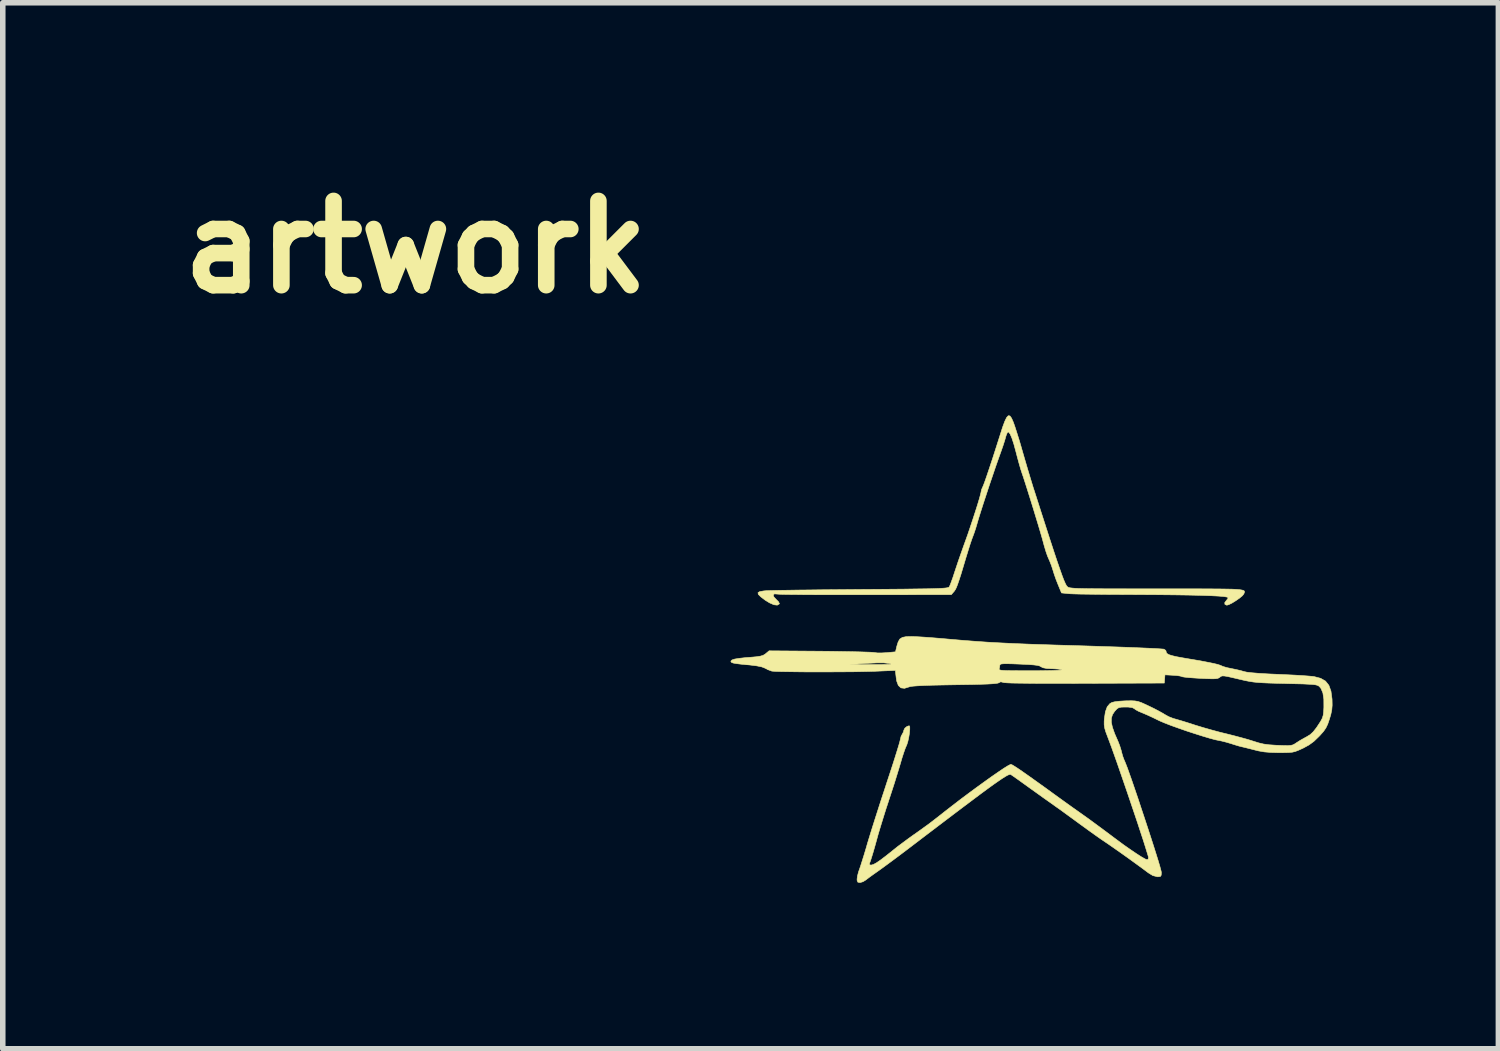
<source format=kicad_pcb>
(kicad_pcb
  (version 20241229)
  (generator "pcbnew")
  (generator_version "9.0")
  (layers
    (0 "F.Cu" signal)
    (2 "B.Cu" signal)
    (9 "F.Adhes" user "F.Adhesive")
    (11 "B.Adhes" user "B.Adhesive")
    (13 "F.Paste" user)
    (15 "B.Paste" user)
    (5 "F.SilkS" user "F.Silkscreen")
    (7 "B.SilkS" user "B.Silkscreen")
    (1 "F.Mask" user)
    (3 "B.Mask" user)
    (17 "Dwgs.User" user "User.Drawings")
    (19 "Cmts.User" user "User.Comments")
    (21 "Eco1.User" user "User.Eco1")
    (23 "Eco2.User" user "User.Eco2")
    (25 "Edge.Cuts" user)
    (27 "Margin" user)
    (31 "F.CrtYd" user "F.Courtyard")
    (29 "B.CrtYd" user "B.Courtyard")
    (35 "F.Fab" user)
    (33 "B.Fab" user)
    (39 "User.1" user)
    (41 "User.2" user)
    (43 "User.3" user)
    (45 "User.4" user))
  (footprint "artwork"
    (layer "F.Cu")
    (at 4.47 1.418)
    (property "Reference" "artwork" (at 0 0 0) (layer "F.SilkS") (effects (font (size 1.524 1.524) (thickness 0.3))))
    (attr smd)
    (fp_poly (pts (xy 10.744 3.054) (xy 10.773 3.093) (xy 10.805 3.165) (xy 10.833 3.244) (xy 10.87 3.359) (xy 10.911 3.489) (xy 10.946 3.608) (xy 10.952 3.63) (xy 11.009 3.827) (xy 11.065 4.018) (xy 11.118 4.194) (xy 11.164 4.345) (xy 11.19 4.424) (xy 11.223 4.527) (xy 11.261 4.645) (xy 11.295 4.752) (xy 11.387 5.038) (xy 11.467 5.286) (xy 11.536 5.497) (xy 11.595 5.674) (xy 11.645 5.819) (xy 11.686 5.935) (xy 11.719 6.022) (xy 11.746 6.084) (xy 11.766 6.122) (xy 11.777 6.136) (xy 11.786 6.144) (xy 11.797 6.152) (xy 11.813 6.158) (xy 11.836 6.163) (xy 11.869 6.167) (xy 11.916 6.171) (xy 11.979 6.174) (xy 12.061 6.176) (xy 12.166 6.178) (xy 12.295 6.179) (xy 12.452 6.18) (xy 12.64 6.18) (xy 12.861 6.181) (xy 13.119 6.181) (xy 13.405 6.181) (xy 13.704 6.181) (xy 13.963 6.181) (xy 14.186 6.181) (xy 14.374 6.182) (xy 14.531 6.183) (xy 14.66 6.185) (xy 14.762 6.187) (xy 14.842 6.191) (xy 14.9 6.196) (xy 14.942 6.203) (xy 14.968 6.21) (xy 14.982 6.22) (xy 14.987 6.232) (xy 14.985 6.245) (xy 14.979 6.261) (xy 14.973 6.275) (xy 14.947 6.307) (xy 14.895 6.35) (xy 14.829 6.396) (xy 14.761 6.438) (xy 14.702 6.467) (xy 14.667 6.477) (xy 14.633 6.463) (xy 14.629 6.431) (xy 14.657 6.393) (xy 14.658 6.392) (xy 14.685 6.358) (xy 14.69 6.34) (xy 14.67 6.33) (xy 14.611 6.32) (xy 14.513 6.312) (xy 14.374 6.305) (xy 14.195 6.299) (xy 13.976 6.294) (xy 13.715 6.29) (xy 13.413 6.287) (xy 13.069 6.285) (xy 12.88 6.284) (xy 12.678 6.283) (xy 12.485 6.282) (xy 12.306 6.28) (xy 12.146 6.278) (xy 12.01 6.276) (xy 11.903 6.273) (xy 11.83 6.27) (xy 11.802 6.268) (xy 11.677 6.255) (xy 11.616 6.107) (xy 11.579 6.014) (xy 11.545 5.917) (xy 11.522 5.843) (xy 11.495 5.759) (xy 11.463 5.678) (xy 11.448 5.644) (xy 11.423 5.586) (xy 11.394 5.502) (xy 11.365 5.405) (xy 11.353 5.361) (xy 11.331 5.279) (xy 11.298 5.165) (xy 11.257 5.026) (xy 11.21 4.872) (xy 11.161 4.711) (xy 11.111 4.55) (xy 11.063 4.397) (xy 11.02 4.262) (xy 10.984 4.151) (xy 10.965 4.096) (xy 10.941 4.023) (xy 10.912 3.923) (xy 10.881 3.81) (xy 10.857 3.717) (xy 10.816 3.566) (xy 10.78 3.455) (xy 10.749 3.383) (xy 10.722 3.348) (xy 10.711 3.344) (xy 10.694 3.363) (xy 10.675 3.41) (xy 10.668 3.434) (xy 10.649 3.501) (xy 10.621 3.588) (xy 10.592 3.672) (xy 10.543 3.809) (xy 10.488 3.965) (xy 10.431 4.133) (xy 10.372 4.306) (xy 10.316 4.477) (xy 10.263 4.638) (xy 10.217 4.782) (xy 10.179 4.903) (xy 10.153 4.992) (xy 10.149 5.006) (xy 10.123 5.094) (xy 10.093 5.183) (xy 10.076 5.228) (xy 10.055 5.284) (xy 10.026 5.369) (xy 9.993 5.474) (xy 9.958 5.588) (xy 9.948 5.62) (xy 9.898 5.788) (xy 9.858 5.921) (xy 9.825 6.022) (xy 9.799 6.098) (xy 9.778 6.153) (xy 9.759 6.192) (xy 9.741 6.22) (xy 9.729 6.234) (xy 9.684 6.286) (xy 8.139 6.288) (xy 7.885 6.288) (xy 7.643 6.288) (xy 7.416 6.288) (xy 7.208 6.287) (xy 7.021 6.286) (xy 6.86 6.284) (xy 6.727 6.283) (xy 6.627 6.281) (xy 6.562 6.278) (xy 6.538 6.276) (xy 6.485 6.272) (xy 6.464 6.292) (xy 6.476 6.328) (xy 6.518 6.373) (xy 6.558 6.413) (xy 6.575 6.446) (xy 6.573 6.454) (xy 6.537 6.476) (xy 6.476 6.469) (xy 6.396 6.434) (xy 6.318 6.386) (xy 6.237 6.324) (xy 6.194 6.281) (xy 6.188 6.25) (xy 6.22 6.231) (xy 6.29 6.219) (xy 6.333 6.215) (xy 6.379 6.213) (xy 6.464 6.211) (xy 6.584 6.208) (xy 6.735 6.206) (xy 6.913 6.203) (xy 7.115 6.201) (xy 7.337 6.198) (xy 7.575 6.196) (xy 7.825 6.194) (xy 8.054 6.192) (xy 8.351 6.19) (xy 8.609 6.188) (xy 8.83 6.186) (xy 9.018 6.183) (xy 9.174 6.181) (xy 9.302 6.179) (xy 9.405 6.176) (xy 9.485 6.173) (xy 9.545 6.169) (xy 9.588 6.165) (xy 9.617 6.16) (xy 9.635 6.154) (xy 9.644 6.148) (xy 9.645 6.147) (xy 9.662 6.114) (xy 9.686 6.05) (xy 9.716 5.966) (xy 9.738 5.898) (xy 9.77 5.802) (xy 9.811 5.679) (xy 9.859 5.542) (xy 9.908 5.403) (xy 9.933 5.334) (xy 9.98 5.203) (xy 10.027 5.064) (xy 10.074 4.923) (xy 10.118 4.788) (xy 10.157 4.665) (xy 10.189 4.559) (xy 10.211 4.478) (xy 10.223 4.428) (xy 10.224 4.418) (xy 10.233 4.382) (xy 10.253 4.337) (xy 10.27 4.296) (xy 10.298 4.22) (xy 10.334 4.115) (xy 10.377 3.987) (xy 10.425 3.842) (xy 10.476 3.684) (xy 10.528 3.521) (xy 10.564 3.408) (xy 10.611 3.26) (xy 10.651 3.152) (xy 10.685 3.082) (xy 10.715 3.05) (xy 10.744 3.054)) (stroke (width 0.01) (type solid)) (fill yes) (layer "F.SilkS"))
    (fp_poly (pts (xy 9.003 7.044) (xy 9.086 7.048) (xy 9.2 7.055) (xy 9.336 7.065) (xy 9.483 7.077) (xy 9.631 7.09) (xy 9.641 7.091) (xy 9.884 7.112) (xy 10.117 7.13) (xy 10.346 7.146) (xy 10.582 7.159) (xy 10.832 7.171) (xy 11.104 7.182) (xy 11.406 7.192) (xy 11.557 7.197) (xy 11.869 7.206) (xy 12.162 7.215) (xy 12.433 7.224) (xy 12.68 7.232) (xy 12.901 7.24) (xy 13.092 7.248) (xy 13.253 7.255) (xy 13.379 7.261) (xy 13.469 7.267) (xy 13.521 7.271) (xy 13.531 7.273) (xy 13.562 7.294) (xy 13.568 7.309) (xy 13.572 7.333) (xy 13.588 7.353) (xy 13.619 7.371) (xy 13.672 7.388) (xy 13.75 7.407) (xy 13.859 7.427) (xy 14.004 7.452) (xy 14.053 7.46) (xy 14.189 7.483) (xy 14.313 7.507) (xy 14.418 7.528) (xy 14.498 7.547) (xy 14.545 7.562) (xy 14.552 7.565) (xy 14.598 7.585) (xy 14.669 7.606) (xy 14.746 7.622) (xy 14.834 7.64) (xy 14.919 7.66) (xy 14.974 7.676) (xy 15.028 7.688) (xy 15.123 7.699) (xy 15.257 7.71) (xy 15.428 7.72) (xy 15.588 7.727) (xy 15.741 7.734) (xy 15.888 7.741) (xy 16.021 7.749) (xy 16.131 7.757) (xy 16.212 7.764) (xy 16.245 7.768) (xy 16.363 7.799) (xy 16.451 7.849) (xy 16.512 7.925) (xy 16.55 8.03) (xy 16.569 8.17) (xy 16.57 8.184) (xy 16.572 8.286) (xy 16.565 8.37) (xy 16.547 8.456) (xy 16.523 8.535) (xy 16.492 8.627) (xy 16.459 8.696) (xy 16.416 8.759) (xy 16.354 8.829) (xy 16.333 8.851) (xy 16.242 8.939) (xy 16.153 9.004) (xy 16.049 9.061) (xy 16.034 9.068) (xy 15.963 9.1) (xy 15.906 9.122) (xy 15.852 9.135) (xy 15.789 9.141) (xy 15.706 9.143) (xy 15.613 9.144) (xy 15.465 9.14) (xy 15.344 9.13) (xy 15.235 9.111) (xy 15.187 9.099) (xy 15.097 9.076) (xy 15.013 9.055) (xy 14.951 9.04) (xy 14.944 9.039) (xy 14.882 9.023) (xy 14.802 8.999) (xy 14.743 8.98) (xy 14.659 8.955) (xy 14.576 8.934) (xy 14.531 8.925) (xy 14.458 8.91) (xy 14.354 8.882) (xy 14.227 8.844) (xy 14.085 8.799) (xy 13.938 8.751) (xy 13.792 8.7) (xy 13.658 8.652) (xy 13.542 8.607) (xy 13.453 8.569) (xy 13.43 8.558) (xy 13.334 8.511) (xy 13.239 8.467) (xy 13.158 8.432) (xy 13.131 8.421) (xy 13.065 8.393) (xy 13.013 8.364) (xy 12.996 8.349) (xy 12.957 8.329) (xy 12.882 8.319) (xy 12.837 8.319) (xy 12.762 8.32) (xy 12.715 8.329) (xy 12.681 8.35) (xy 12.644 8.39) (xy 12.638 8.397) (xy 12.599 8.456) (xy 12.579 8.52) (xy 12.578 8.594) (xy 12.598 8.685) (xy 12.638 8.799) (xy 12.701 8.943) (xy 12.701 8.943) (xy 12.73 9.018) (xy 12.757 9.105) (xy 12.763 9.131) (xy 12.784 9.207) (xy 12.81 9.277) (xy 12.82 9.298) (xy 12.838 9.342) (xy 12.868 9.419) (xy 12.906 9.526) (xy 12.952 9.656) (xy 13.003 9.805) (xy 13.059 9.969) (xy 13.116 10.142) (xy 13.175 10.319) (xy 13.233 10.495) (xy 13.289 10.667) (xy 13.341 10.828) (xy 13.387 10.974) (xy 13.426 11.099) (xy 13.456 11.2) (xy 13.475 11.271) (xy 13.483 11.307) (xy 13.483 11.308) (xy 13.48 11.36) (xy 13.465 11.383) (xy 13.425 11.388) (xy 13.412 11.388) (xy 13.329 11.367) (xy 13.25 11.319) (xy 13.146 11.241) (xy 13.021 11.15) (xy 12.886 11.052) (xy 12.751 10.956) (xy 12.624 10.867) (xy 12.516 10.792) (xy 12.467 10.759) (xy 12.383 10.702) (xy 12.278 10.628) (xy 12.162 10.545) (xy 12.048 10.462) (xy 12.013 10.437) (xy 11.9 10.354) (xy 11.779 10.266) (xy 11.664 10.182) (xy 11.566 10.113) (xy 11.544 10.097) (xy 11.454 10.033) (xy 11.342 9.954) (xy 11.221 9.867) (xy 11.102 9.782) (xy 11.066 9.756) (xy 10.97 9.687) (xy 10.885 9.626) (xy 10.817 9.578) (xy 10.773 9.548) (xy 10.76 9.539) (xy 10.748 9.537) (xy 10.728 9.541) (xy 10.698 9.554) (xy 10.658 9.577) (xy 10.604 9.611) (xy 10.535 9.658) (xy 10.449 9.718) (xy 10.344 9.794) (xy 10.219 9.886) (xy 10.071 9.997) (xy 9.898 10.127) (xy 9.698 10.278) (xy 9.47 10.451) (xy 9.212 10.647) (xy 9.031 10.785) (xy 8.893 10.89) (xy 8.758 10.992) (xy 8.632 11.086) (xy 8.521 11.168) (xy 8.431 11.234) (xy 8.367 11.28) (xy 8.354 11.289) (xy 8.276 11.344) (xy 8.204 11.396) (xy 8.151 11.436) (xy 8.143 11.443) (xy 8.088 11.477) (xy 8.036 11.493) (xy 8.031 11.493) (xy 7.994 11.486) (xy 7.981 11.456) (xy 7.98 11.431) (xy 7.987 11.375) (xy 8.006 11.301) (xy 8.022 11.256) (xy 8.042 11.198) (xy 8.07 11.109) (xy 8.105 10.998) (xy 8.142 10.875) (xy 8.168 10.784) (xy 8.201 10.676) (xy 8.244 10.536) (xy 8.296 10.371) (xy 8.354 10.19) (xy 8.415 10) (xy 8.478 9.809) (xy 8.518 9.686) (xy 8.574 9.516) (xy 8.626 9.357) (xy 8.671 9.215) (xy 8.709 9.093) (xy 8.738 8.997) (xy 8.756 8.932) (xy 8.763 8.902) (xy 8.763 8.901) (xy 8.776 8.848) (xy 8.794 8.815) (xy 8.819 8.768) (xy 8.826 8.737) (xy 8.844 8.701) (xy 8.884 8.669) (xy 8.923 8.657) (xy 8.933 8.676) (xy 8.933 8.725) (xy 8.927 8.792) (xy 8.915 8.867) (xy 8.899 8.939) (xy 8.881 8.997) (xy 8.875 9.011) (xy 8.852 9.064) (xy 8.823 9.146) (xy 8.791 9.245) (xy 8.765 9.335) (xy 8.736 9.432) (xy 8.697 9.559) (xy 8.652 9.704) (xy 8.603 9.855) (xy 8.554 10.004) (xy 8.552 10.012) (xy 8.502 10.163) (xy 8.452 10.323) (xy 8.404 10.479) (xy 8.362 10.619) (xy 8.331 10.732) (xy 8.3 10.843) (xy 8.27 10.947) (xy 8.244 11.032) (xy 8.226 11.089) (xy 8.223 11.097) (xy 8.205 11.147) (xy 8.204 11.17) (xy 8.225 11.176) (xy 8.239 11.176) (xy 8.275 11.166) (xy 8.329 11.137) (xy 8.405 11.085) (xy 8.505 11.009) (xy 8.633 10.907) (xy 8.649 10.894) (xy 8.714 10.842) (xy 8.804 10.775) (xy 8.905 10.7) (xy 9.008 10.626) (xy 9.019 10.619) (xy 9.122 10.546) (xy 9.202 10.488) (xy 9.269 10.44) (xy 9.332 10.392) (xy 9.402 10.338) (xy 9.489 10.27) (xy 9.557 10.216) (xy 9.7 10.105) (xy 9.848 9.991) (xy 9.999 9.878) (xy 10.147 9.769) (xy 10.288 9.667) (xy 10.418 9.574) (xy 10.534 9.494) (xy 10.63 9.429) (xy 10.704 9.383) (xy 10.75 9.359) (xy 10.762 9.356) (xy 10.782 9.363) (xy 10.821 9.386) (xy 10.882 9.425) (xy 10.967 9.483) (xy 11.078 9.561) (xy 11.217 9.66) (xy 11.386 9.781) (xy 11.558 9.906) (xy 11.669 9.986) (xy 11.783 10.068) (xy 11.889 10.144) (xy 11.977 10.206) (xy 12.001 10.223) (xy 12.084 10.282) (xy 12.167 10.341) (xy 12.257 10.407) (xy 12.36 10.483) (xy 12.483 10.574) (xy 12.631 10.685) (xy 12.677 10.719) (xy 12.801 10.811) (xy 12.921 10.895) (xy 13.029 10.968) (xy 13.119 11.026) (xy 13.186 11.064) (xy 13.213 11.077) (xy 13.242 11.077) (xy 13.25 11.045) (xy 13.25 11.043) (xy 13.244 11.012) (xy 13.224 10.946) (xy 13.194 10.849) (xy 13.155 10.725) (xy 13.107 10.58) (xy 13.054 10.417) (xy 12.995 10.242) (xy 12.933 10.059) (xy 12.87 9.872) (xy 12.806 9.686) (xy 12.744 9.506) (xy 12.685 9.335) (xy 12.63 9.18) (xy 12.581 9.043) (xy 12.539 8.93) (xy 12.513 8.861) (xy 12.478 8.768) (xy 12.458 8.699) (xy 12.449 8.639) (xy 12.449 8.575) (xy 12.452 8.53) (xy 12.471 8.404) (xy 12.504 8.314) (xy 12.553 8.256) (xy 12.589 8.236) (xy 12.637 8.224) (xy 12.714 8.214) (xy 12.807 8.208) (xy 12.85 8.206) (xy 12.939 8.205) (xy 13.005 8.208) (xy 13.061 8.218) (xy 13.12 8.238) (xy 13.196 8.272) (xy 13.257 8.301) (xy 13.352 8.347) (xy 13.441 8.394) (xy 13.512 8.433) (xy 13.542 8.452) (xy 13.616 8.493) (xy 13.698 8.525) (xy 13.716 8.53) (xy 13.772 8.546) (xy 13.857 8.571) (xy 13.961 8.603) (xy 14.073 8.639) (xy 14.097 8.647) (xy 14.235 8.689) (xy 14.393 8.734) (xy 14.549 8.776) (xy 14.668 8.805) (xy 14.795 8.837) (xy 14.927 8.872) (xy 15.049 8.906) (xy 15.145 8.936) (xy 15.244 8.967) (xy 15.333 8.988) (xy 15.429 9.001) (xy 15.546 9.009) (xy 15.589 9.011) (xy 15.697 9.015) (xy 15.772 9.016) (xy 15.824 9.012) (xy 15.861 9.003) (xy 15.894 8.986) (xy 15.924 8.966) (xy 15.993 8.922) (xy 16.075 8.876) (xy 16.11 8.857) (xy 16.174 8.818) (xy 16.23 8.766) (xy 16.289 8.691) (xy 16.314 8.653) (xy 16.363 8.578) (xy 16.394 8.52) (xy 16.41 8.466) (xy 16.418 8.399) (xy 16.422 8.322) (xy 16.421 8.175) (xy 16.404 8.063) (xy 16.37 7.983) (xy 16.339 7.946) (xy 16.322 7.934) (xy 16.299 7.924) (xy 16.266 7.916) (xy 16.215 7.91) (xy 16.144 7.906) (xy 16.045 7.901) (xy 15.916 7.898) (xy 15.749 7.894) (xy 15.73 7.893) (xy 15.558 7.889) (xy 15.422 7.885) (xy 15.313 7.88) (xy 15.224 7.874) (xy 15.147 7.866) (xy 15.076 7.855) (xy 15.003 7.841) (xy 14.921 7.822) (xy 14.874 7.811) (xy 14.759 7.784) (xy 14.678 7.766) (xy 14.623 7.757) (xy 14.587 7.756) (xy 14.564 7.762) (xy 14.546 7.775) (xy 14.542 7.778) (xy 14.522 7.792) (xy 14.496 7.802) (xy 14.454 7.807) (xy 14.392 7.808) (xy 14.301 7.805) (xy 14.188 7.8) (xy 14.076 7.793) (xy 13.979 7.786) (xy 13.905 7.778) (xy 13.861 7.771) (xy 13.854 7.768) (xy 13.823 7.758) (xy 13.763 7.749) (xy 13.69 7.744) (xy 13.548 7.736) (xy 13.542 7.811) (xy 13.536 7.885) (xy 12.101 7.89) (xy 11.781 7.891) (xy 11.502 7.891) (xy 11.264 7.891) (xy 11.065 7.889) (xy 10.904 7.887) (xy 10.78 7.885) (xy 10.693 7.881) (xy 10.64 7.877) (xy 10.623 7.873) (xy 10.578 7.862) (xy 10.547 7.878) (xy 10.528 7.886) (xy 10.489 7.892) (xy 10.427 7.898) (xy 10.339 7.903) (xy 10.22 7.907) (xy 10.068 7.911) (xy 9.879 7.914) (xy 9.749 7.916) (xy 9.523 7.92) (xy 9.337 7.924) (xy 9.188 7.929) (xy 9.074 7.935) (xy 8.993 7.941) (xy 8.943 7.948) (xy 8.926 7.953) (xy 8.838 7.98) (xy 8.773 7.972) (xy 8.726 7.928) (xy 8.696 7.847) (xy 8.687 7.786) (xy 8.672 7.656) (xy 8.3 7.672) (xy 8.19 7.675) (xy 8.056 7.678) (xy 7.901 7.681) (xy 7.732 7.682) (xy 7.554 7.683) (xy 7.372 7.684) (xy 7.191 7.684) (xy 7.018 7.683) (xy 6.857 7.681) (xy 6.714 7.679) (xy 6.595 7.677) (xy 6.505 7.674) (xy 6.448 7.67) (xy 6.435 7.668) (xy 6.381 7.648) (xy 6.362 7.639) (xy 10.549 7.639) (xy 10.56 7.647) (xy 10.585 7.653) (xy 10.631 7.657) (xy 10.701 7.66) (xy 10.8 7.661) (xy 10.932 7.662) (xy 11.102 7.662) (xy 11.11 7.662) (xy 11.261 7.662) (xy 11.397 7.66) (xy 11.513 7.658) (xy 11.603 7.655) (xy 11.662 7.651) (xy 11.684 7.647) (xy 11.684 7.646) (xy 11.664 7.639) (xy 11.612 7.632) (xy 11.538 7.627) (xy 11.512 7.626) (xy 11.409 7.621) (xy 11.342 7.608) (xy 11.304 7.589) (xy 11.28 7.575) (xy 11.24 7.565) (xy 11.176 7.557) (xy 11.084 7.55) (xy 10.957 7.544) (xy 10.914 7.542) (xy 10.784 7.537) (xy 10.69 7.535) (xy 10.626 7.536) (xy 10.588 7.54) (xy 10.568 7.548) (xy 10.562 7.559) (xy 10.562 7.562) (xy 10.555 7.612) (xy 10.549 7.629) (xy 10.549 7.639) (xy 6.362 7.639) (xy 6.319 7.618) (xy 6.316 7.616) (xy 6.258 7.593) (xy 6.166 7.574) (xy 6.038 7.558) (xy 6.009 7.555) (xy 5.945 7.55) (xy 7.842 7.55) (xy 8.255 7.55) (xy 8.394 7.55) (xy 8.495 7.549) (xy 8.559 7.547) (xy 8.591 7.544) (xy 8.592 7.539) (xy 8.568 7.532) (xy 8.557 7.53) (xy 8.466 7.52) (xy 8.334 7.52) (xy 8.162 7.528) (xy 8.144 7.529) (xy 7.842 7.55) (xy 5.945 7.55) (xy 5.884 7.544) (xy 5.796 7.533) (xy 5.739 7.523) (xy 5.709 7.511) (xy 5.698 7.497) (xy 5.7 7.486) (xy 5.719 7.467) (xy 5.767 7.451) (xy 5.848 7.438) (xy 5.964 7.425) (xy 6.061 7.418) (xy 6.162 7.409) (xy 6.232 7.398) (xy 6.28 7.384) (xy 6.317 7.362) (xy 6.329 7.352) (xy 6.389 7.302) (xy 7.306 7.309) (xy 7.502 7.311) (xy 7.686 7.314) (xy 7.855 7.317) (xy 8.003 7.32) (xy 8.126 7.324) (xy 8.219 7.327) (xy 8.277 7.331) (xy 8.292 7.333) (xy 8.348 7.34) (xy 8.429 7.34) (xy 8.517 7.335) (xy 8.518 7.335) (xy 8.675 7.32) (xy 8.699 7.218) (xy 8.723 7.141) (xy 8.753 7.089) (xy 8.8 7.059) (xy 8.87 7.045) (xy 8.971 7.043) (xy 9.003 7.044)) (stroke (width 0.01) (type solid)) (fill yes) (layer "F.SilkS")))
  (gr_rect
    (start -3 -3)
    (end 24.048 15.917)
    (stroke (width 0.1) (type default))
    (fill no)
    (layer "Edge.Cuts")))
</source>
